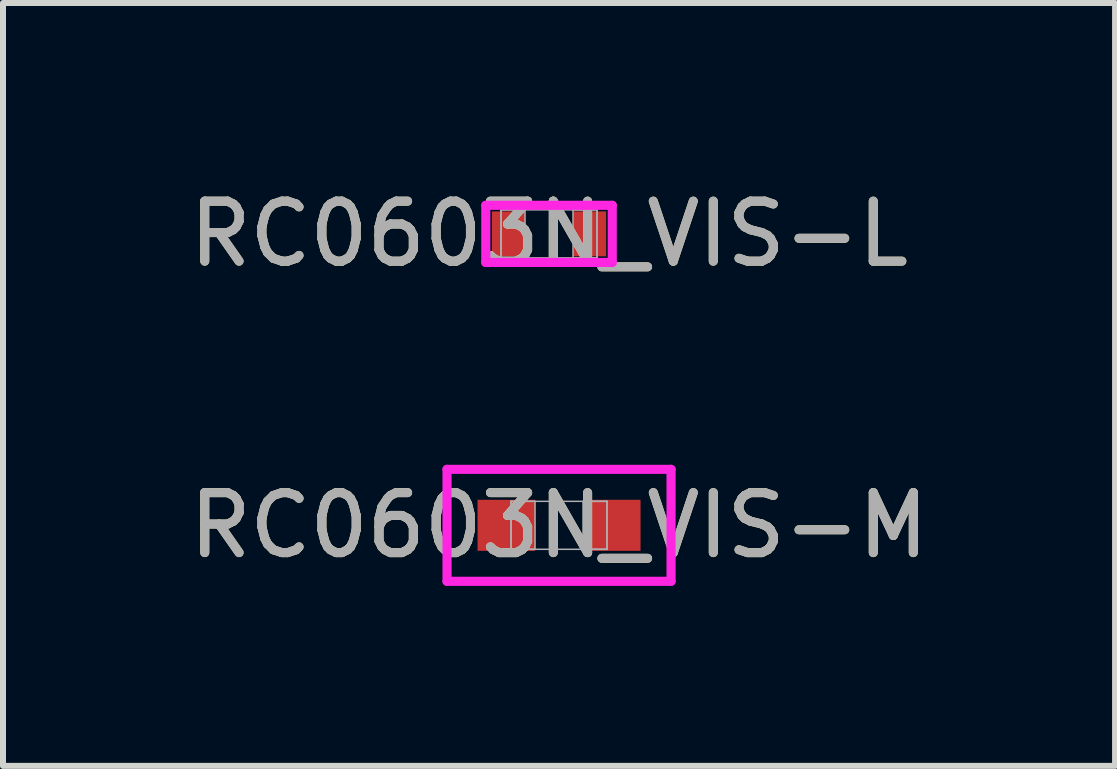
<source format=kicad_pcb>
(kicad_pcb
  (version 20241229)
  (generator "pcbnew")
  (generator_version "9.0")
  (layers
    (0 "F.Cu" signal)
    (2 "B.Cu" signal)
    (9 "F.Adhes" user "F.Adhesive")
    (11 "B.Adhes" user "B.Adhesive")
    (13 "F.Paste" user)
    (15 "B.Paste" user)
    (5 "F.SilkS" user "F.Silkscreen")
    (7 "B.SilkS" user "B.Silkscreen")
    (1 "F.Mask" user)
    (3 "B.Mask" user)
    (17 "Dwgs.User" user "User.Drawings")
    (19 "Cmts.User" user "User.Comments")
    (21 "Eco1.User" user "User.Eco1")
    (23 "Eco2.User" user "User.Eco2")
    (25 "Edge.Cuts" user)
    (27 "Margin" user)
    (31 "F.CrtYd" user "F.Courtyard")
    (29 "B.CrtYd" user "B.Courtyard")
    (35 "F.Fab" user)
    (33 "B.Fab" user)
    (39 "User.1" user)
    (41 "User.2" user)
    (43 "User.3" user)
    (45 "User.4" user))
  (footprint "RC0603N_VIS-L"
    (layer "F.Cu")
    (at 6.101 0.848)
    (property "Reference" "RC0603N_VIS-L" (at 0 0 0) (unlocked yes) (layer "F.SilkS") (effects (font (size 1 1) (thickness 0.15))))
    (attr smd)
    (fp_line (start -1.054 -0.476) (end 1.054 -0.476) (stroke (width 0.152) (type solid)) (layer "F.CrtYd"))
    (fp_line (start -1.054 0.476) (end -1.054 -0.476) (stroke (width 0.152) (type solid)) (layer "F.CrtYd"))
    (fp_line (start 1.054 -0.476) (end 1.054 0.476) (stroke (width 0.152) (type solid)) (layer "F.CrtYd"))
    (fp_line (start 1.054 0.476) (end -1.054 0.476) (stroke (width 0.152) (type solid)) (layer "F.CrtYd"))
    (fp_line (start -0.8 -0.4) (end -0.8 0.4) (stroke (width 0.025) (type solid)) (layer "F.Fab"))
    (fp_line (start -0.8 -0.4) (end -0.8 0.4) (stroke (width 0.025) (type solid)) (layer "F.Fab"))
    (fp_line (start -0.8 0.4) (end -0.4 0.4) (stroke (width 0.025) (type solid)) (layer "F.Fab"))
    (fp_line (start -0.8 0.4) (end 0.8 0.4) (stroke (width 0.025) (type solid)) (layer "F.Fab"))
    (fp_line (start -0.4 -0.4) (end -0.8 -0.4) (stroke (width 0.025) (type solid)) (layer "F.Fab"))
    (fp_line (start -0.4 0.4) (end -0.4 -0.4) (stroke (width 0.025) (type solid)) (layer "F.Fab"))
    (fp_line (start 0.4 -0.4) (end 0.4 0.4) (stroke (width 0.025) (type solid)) (layer "F.Fab"))
    (fp_line (start 0.4 0.4) (end 0.8 0.4) (stroke (width 0.025) (type solid)) (layer "F.Fab"))
    (fp_line (start 0.8 -0.4) (end -0.8 -0.4) (stroke (width 0.025) (type solid)) (layer "F.Fab"))
    (fp_line (start 0.8 -0.4) (end 0.4 -0.4) (stroke (width 0.025) (type solid)) (layer "F.Fab"))
    (fp_line (start 0.8 0.4) (end 0.8 -0.4) (stroke (width 0.025) (type solid)) (layer "F.Fab"))
    (fp_line (start 0.8 0.4) (end 0.8 -0.4) (stroke (width 0.025) (type solid)) (layer "F.Fab"))
    (fp_text user "${REFERENCE}" (at 0 0 0) (unlocked yes) (layer "F.Fab") (effects (font (size 1 1) (thickness 0.15))))
    (pad "1" smd rect (at -0.676 0) (size 0.552 0.749) (layers "F.Cu" "F.Mask" "F.Paste"))
    (pad "2" smd rect (at 0.676 0) (size 0.552 0.749) (layers "F.Cu" "F.Mask" "F.Paste"))
    (zone (net_name "") (layer "F.Cu") (hatch full 0.508) (connect_pads) (min_thickness 0.254) (filled_areas_thickness no) (keepout (tracks not_allowed) (vias not_allowed) (pads allowed) (copperpour not_allowed) (footprints allowed)) (placement (enabled no)) (fill) (polygon (pts (xy 5.752 0.499) (xy 6.45 0.499) (xy 6.45 1.197) (xy 5.752 1.197)))))
  (footprint "RC0603N_VIS-M"
    (layer "F.Cu")
    (at 6.268 5.706)
    (property "Reference" "RC0603N_VIS-M" (at 0 0 0) (unlocked yes) (layer "F.SilkS") (effects (font (size 1 1) (thickness 0.15))))
    (attr smd)
    (fp_line (start -1.867 -0.933) (end 1.867 -0.933) (stroke (width 0.152) (type solid)) (layer "F.CrtYd"))
    (fp_line (start -1.867 0.933) (end -1.867 -0.933) (stroke (width 0.152) (type solid)) (layer "F.CrtYd"))
    (fp_line (start 1.867 -0.933) (end 1.867 0.933) (stroke (width 0.152) (type solid)) (layer "F.CrtYd"))
    (fp_line (start 1.867 0.933) (end -1.867 0.933) (stroke (width 0.152) (type solid)) (layer "F.CrtYd"))
    (fp_line (start -0.8 -0.4) (end -0.8 0.4) (stroke (width 0.025) (type solid)) (layer "F.Fab"))
    (fp_line (start -0.8 -0.4) (end -0.8 0.4) (stroke (width 0.025) (type solid)) (layer "F.Fab"))
    (fp_line (start -0.8 0.4) (end -0.4 0.4) (stroke (width 0.025) (type solid)) (layer "F.Fab"))
    (fp_line (start -0.8 0.4) (end 0.8 0.4) (stroke (width 0.025) (type solid)) (layer "F.Fab"))
    (fp_line (start -0.4 -0.4) (end -0.8 -0.4) (stroke (width 0.025) (type solid)) (layer "F.Fab"))
    (fp_line (start -0.4 0.4) (end -0.4 -0.4) (stroke (width 0.025) (type solid)) (layer "F.Fab"))
    (fp_line (start 0.4 -0.4) (end 0.4 0.4) (stroke (width 0.025) (type solid)) (layer "F.Fab"))
    (fp_line (start 0.4 0.4) (end 0.8 0.4) (stroke (width 0.025) (type solid)) (layer "F.Fab"))
    (fp_line (start 0.8 -0.4) (end -0.8 -0.4) (stroke (width 0.025) (type solid)) (layer "F.Fab"))
    (fp_line (start 0.8 -0.4) (end 0.4 -0.4) (stroke (width 0.025) (type solid)) (layer "F.Fab"))
    (fp_line (start 0.8 0.4) (end 0.8 -0.4) (stroke (width 0.025) (type solid)) (layer "F.Fab"))
    (fp_line (start 0.8 0.4) (end 0.8 -0.4) (stroke (width 0.025) (type solid)) (layer "F.Fab"))
    (fp_text user "${REFERENCE}" (at 0 0 0) (unlocked yes) (layer "F.Fab") (effects (font (size 1 1) (thickness 0.15))))
    (pad "1" smd rect (at -0.879 0) (size 0.959 0.851) (layers "F.Cu" "F.Mask" "F.Paste"))
    (pad "2" smd rect (at 0.879 0) (size 0.959 0.851) (layers "F.Cu" "F.Mask" "F.Paste"))
    (zone (net_name "") (layer "F.Cu") (hatch full 0.508) (connect_pads) (min_thickness 0.254) (filled_areas_thickness no) (keepout (tracks not_allowed) (vias not_allowed) (pads allowed) (copperpour not_allowed) (footprints allowed)) (placement (enabled no)) (fill) (polygon (pts (xy 5.919 5.357) (xy 6.617 5.357) (xy 6.617 6.055) (xy 5.919 6.055)))))
  (gr_rect
    (start -3 -3)
    (end 15.536 9.716)
    (stroke (width 0.1) (type default))
    (fill no)
    (layer "Edge.Cuts")))
</source>
